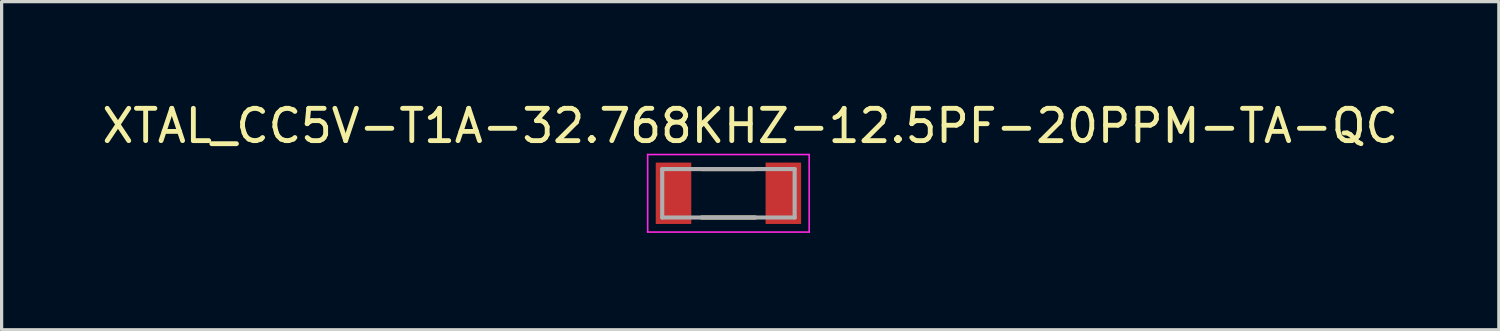
<source format=kicad_pcb>
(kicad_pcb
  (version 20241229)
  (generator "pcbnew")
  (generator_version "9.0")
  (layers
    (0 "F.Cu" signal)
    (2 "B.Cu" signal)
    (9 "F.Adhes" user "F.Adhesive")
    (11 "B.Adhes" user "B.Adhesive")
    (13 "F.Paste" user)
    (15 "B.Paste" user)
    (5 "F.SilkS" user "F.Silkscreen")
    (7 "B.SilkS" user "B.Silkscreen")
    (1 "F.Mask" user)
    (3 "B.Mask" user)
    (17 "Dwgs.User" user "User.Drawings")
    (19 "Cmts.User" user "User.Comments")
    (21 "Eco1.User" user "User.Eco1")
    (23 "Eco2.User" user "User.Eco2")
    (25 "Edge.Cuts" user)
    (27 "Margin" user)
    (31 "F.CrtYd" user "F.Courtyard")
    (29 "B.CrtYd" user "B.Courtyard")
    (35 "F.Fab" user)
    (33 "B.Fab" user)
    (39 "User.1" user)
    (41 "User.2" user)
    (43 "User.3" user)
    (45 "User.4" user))
  (footprint "XTAL_CC5V-T1A-32.768KHZ-12.5PF-20PPM-TA-QC"
    (layer "F.Cu")
    (at 19.498 2.933)
    (property "Reference" "XTAL_CC5V-T1A-32.768KHZ-12.5PF-20PPM-TA-QC" (at 0.675 -2.085 0) (layer "F.SilkS") (effects (font (size 1 1) (thickness 0.15))))
    (attr smd)
    (fp_line (start -0.83 -0.75) (end 0.83 -0.75) (stroke (width 0.127) (type solid)) (layer "F.SilkS"))
    (fp_line (start -0.83 0.75) (end 0.83 0.75) (stroke (width 0.127) (type solid)) (layer "F.SilkS"))
    (fp_line (start -2.5 -1.2) (end -2.5 1.2) (stroke (width 0.05) (type solid)) (layer "F.CrtYd"))
    (fp_line (start -2.5 1.2) (end 2.5 1.2) (stroke (width 0.05) (type solid)) (layer "F.CrtYd"))
    (fp_line (start 2.5 -1.2) (end -2.5 -1.2) (stroke (width 0.05) (type solid)) (layer "F.CrtYd"))
    (fp_line (start 2.5 1.2) (end 2.5 -1.2) (stroke (width 0.05) (type solid)) (layer "F.CrtYd"))
    (fp_line (start -2.05 -0.75) (end -2.05 0.75) (stroke (width 0.127) (type solid)) (layer "F.Fab"))
    (fp_line (start -2.05 -0.75) (end 2.05 -0.75) (stroke (width 0.127) (type solid)) (layer "F.Fab"))
    (fp_line (start -2.05 0.75) (end 2.05 0.75) (stroke (width 0.127) (type solid)) (layer "F.Fab"))
    (fp_line (start 2.05 -0.75) (end 2.05 0.75) (stroke (width 0.127) (type solid)) (layer "F.Fab"))
    (pad "1" smd rect (at -1.7 0) (size 1.1 1.9) (layers "F.Cu" "F.Mask" "F.Paste"))
    (pad "2" smd rect (at 1.7 0) (size 1.1 1.9) (layers "F.Cu" "F.Mask" "F.Paste")))
  (gr_rect
    (start -3 -3)
    (end 43.345 7.158)
    (stroke (width 0.1) (type default))
    (fill no)
    (layer "Edge.Cuts")))
</source>
